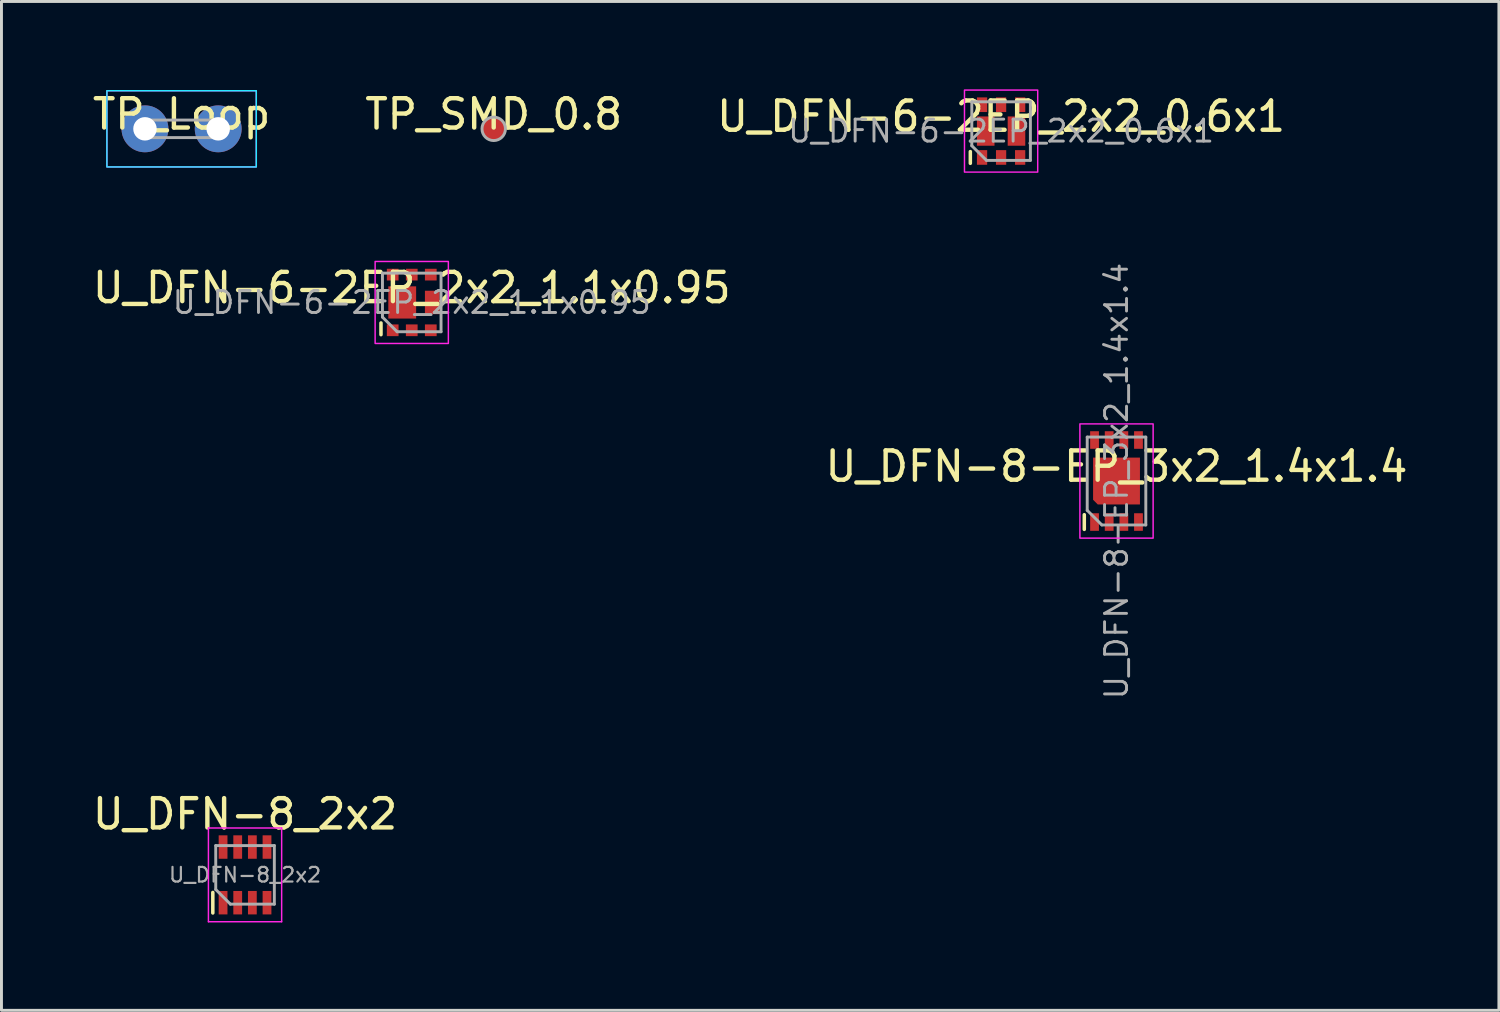
<source format=kicad_pcb>
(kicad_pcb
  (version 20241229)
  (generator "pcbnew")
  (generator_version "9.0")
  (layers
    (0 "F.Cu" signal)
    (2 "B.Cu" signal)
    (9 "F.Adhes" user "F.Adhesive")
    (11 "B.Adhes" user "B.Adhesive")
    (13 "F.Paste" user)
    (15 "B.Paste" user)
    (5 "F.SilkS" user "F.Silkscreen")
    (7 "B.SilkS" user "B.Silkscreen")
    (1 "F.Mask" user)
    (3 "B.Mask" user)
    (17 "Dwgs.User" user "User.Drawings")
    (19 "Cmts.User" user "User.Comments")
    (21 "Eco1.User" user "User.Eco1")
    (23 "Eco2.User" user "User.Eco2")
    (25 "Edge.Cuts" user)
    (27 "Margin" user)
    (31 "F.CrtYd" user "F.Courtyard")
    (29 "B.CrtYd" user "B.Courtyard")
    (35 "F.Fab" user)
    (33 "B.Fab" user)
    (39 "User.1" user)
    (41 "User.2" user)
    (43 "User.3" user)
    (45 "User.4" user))
  (footprint "U_DFN-8-EP_3x2_1.4x1.4"
    (layer "F.Cu")
    (at 35.065 13.371)
    (property "Reference" "U_DFN-8-EP_3x2_1.4x1.4" (at 0 -0.5 0) (unlocked yes) (layer "F.SilkS") (effects (font (size 1 1) (thickness 0.15))))
    (attr smd)
    (fp_line (start -1.1 1.65) (end -1.1 1.15) (stroke (width 0.12) (type default)) (layer "F.SilkS"))
    (fp_rect (start -1.25 1.95) (end 1.25 -1.95) (stroke (width 0.05) (type default)) (fill no) (layer "F.CrtYd"))
    (fp_line (start -1 -1.5) (end 1 -1.5) (stroke (width 0.1) (type default)) (layer "F.Fab"))
    (fp_line (start -1 1) (end -1 -1.5) (stroke (width 0.1) (type default)) (layer "F.Fab"))
    (fp_line (start -0.5 1.5) (end -1 1) (stroke (width 0.1) (type default)) (layer "F.Fab"))
    (fp_line (start 1 -1.5) (end 1 1.5) (stroke (width 0.1) (type default)) (layer "F.Fab"))
    (fp_line (start 1 1.5) (end -0.5 1.5) (stroke (width 0.1) (type default)) (layer "F.Fab"))
    (fp_text user "${REFERENCE}" (at 0 0 90) (unlocked yes) (layer "F.Fab") (effects (font (size 0.75 0.75) (thickness 0.1))))
    (pad "1" smd rect (at -0.75 1.4 90) (size 0.6 0.3) (layers "F.Cu" "F.Mask" "F.Paste"))
    (pad "2" smd rect (at -0.25 1.4 90) (size 0.6 0.3) (layers "F.Cu" "F.Mask" "F.Paste"))
    (pad "3" smd rect (at 0.25 1.4 90) (size 0.6 0.3) (layers "F.Cu" "F.Mask" "F.Paste"))
    (pad "4" smd rect (at 0.75 1.4 90) (size 0.6 0.3) (layers "F.Cu" "F.Mask" "F.Paste"))
    (pad "5" smd rect (at 0.75 -1.4 90) (size 0.6 0.3) (layers "F.Cu" "F.Mask" "F.Paste"))
    (pad "6" smd rect (at 0.25 -1.4 90) (size 0.6 0.3) (layers "F.Cu" "F.Mask" "F.Paste"))
    (pad "7" smd rect (at -0.25 -1.4 90) (size 0.6 0.3) (layers "F.Cu" "F.Mask" "F.Paste"))
    (pad "8" smd rect (at -0.75 -1.4 90) (size 0.6 0.3) (layers "F.Cu" "F.Mask" "F.Paste"))
    (pad "9" smd roundrect (at -0.4 -0.4 90) (size 0.65 0.65) (layers "F.Cu" "F.Paste") (roundrect_rratio 0.25))
    (pad "9" smd roundrect (at -0.4 0.4 90) (size 0.65 0.65) (layers "F.Cu" "F.Paste") (roundrect_rratio 0.25))
    (pad "9" smd roundrect (at 0 0 90) (size 1.6 1.6) (layers "F.Cu" "F.Mask") (roundrect_rratio 0) (chamfer_ratio 0.1) (chamfer top_left))
    (pad "9" smd roundrect (at 0.4 -0.4 90) (size 0.65 0.65) (layers "F.Cu" "F.Paste") (roundrect_rratio 0.25))
    (pad "9" smd roundrect (at 0.4 0.4 90) (size 0.65 0.65) (layers "F.Cu" "F.Paste") (roundrect_rratio 0.25)))
  (footprint "U_DFN-6-2EP_2x2_0.6x1"
    (layer "F.Cu")
    (at 31.125 1.425)
    (property "Reference" "U_DFN-6-2EP_2x2_0.6x1" (at 0 -0.5 0) (unlocked yes) (layer "F.SilkS") (effects (font (size 1 1) (thickness 0.15))))
    (attr smd)
    (fp_line (start -1.05 1.1) (end -1.05 0.7) (stroke (width 0.12) (type default)) (layer "F.SilkS"))
    (fp_rect (start -1.25 1.4) (end 1.25 -1.4) (stroke (width 0.05) (type default)) (fill no) (layer "F.CrtYd"))
    (fp_line (start -1 -1) (end 1 -1) (stroke (width 0.1) (type default)) (layer "F.Fab"))
    (fp_line (start -1 0.5) (end -1 -1) (stroke (width 0.1) (type default)) (layer "F.Fab"))
    (fp_line (start -0.5 1) (end -1 0.5) (stroke (width 0.1) (type default)) (layer "F.Fab"))
    (fp_line (start 1 -1) (end 1 1) (stroke (width 0.1) (type default)) (layer "F.Fab"))
    (fp_line (start 1 1) (end -0.5 1) (stroke (width 0.1) (type default)) (layer "F.Fab"))
    (fp_text user "${REFERENCE}" (at 0 0 0) (layer "F.Fab") (effects (font (size 0.75 0.75) (thickness 0.1))))
    (pad "" smd roundrect (at -0.525 -0.25) (size 0.5 0.4) (layers "F.Cu" "F.Paste") (roundrect_rratio 0.25))
    (pad "" smd roundrect (at -0.525 0.25) (size 0.5 0.4) (layers "F.Cu" "F.Paste") (roundrect_rratio 0.25))
    (pad "" smd roundrect (at 0.525 -0.25) (size 0.5 0.4) (layers "F.Cu" "F.Paste") (roundrect_rratio 0.25))
    (pad "" smd roundrect (at 0.525 0.25) (size 0.5 0.4) (layers "F.Cu" "F.Paste") (roundrect_rratio 0.25))
    (pad "1" smd rect (at -0.65 0.9) (size 0.35 0.5) (layers "F.Cu" "F.Mask" "F.Paste"))
    (pad "2" smd rect (at 0 0.9) (size 0.35 0.5) (layers "F.Cu" "F.Mask" "F.Paste"))
    (pad "3" smd rect (at 0.525 0) (size 0.6 1) (layers "F.Cu" "F.Mask"))
    (pad "3" smd rect (at 0.65 0.9) (size 0.35 0.5) (layers "F.Cu" "F.Mask" "F.Paste"))
    (pad "4" smd rect (at 0.65 -0.9) (size 0.35 0.5) (layers "F.Cu" "F.Mask" "F.Paste"))
    (pad "5" smd rect (at 0 -0.9) (size 0.35 0.5) (layers "F.Cu" "F.Mask" "F.Paste"))
    (pad "6" smd rect (at -0.65 -0.9) (size 0.35 0.5) (layers "F.Cu" "F.Mask" "F.Paste"))
    (pad "6" smd rect (at -0.525 0) (size 0.6 1) (layers "F.Cu" "F.Mask")))
  (footprint "U_DFN-8_2x2"
    (layer "F.Cu")
    (at 5.315 26.816)
    (property "Reference" "U_DFN-8_2x2" (at 0 -2.075 0) (layer "F.SilkS") (effects (font (size 1 1) (thickness 0.15))))
    (attr smd)
    (fp_line (start -1.1 1.3) (end -1.1 0.6) (stroke (width 0.12) (type solid)) (layer "F.SilkS"))
    (fp_line (start -1.25 1.6) (end -1.25 -1.6) (stroke (width 0.05) (type solid)) (layer "F.CrtYd"))
    (fp_line (start 1.25 -1.6) (end -1.25 -1.6) (stroke (width 0.05) (type default)) (layer "F.CrtYd"))
    (fp_line (start 1.25 1.6) (end -1.25 1.6) (stroke (width 0.05) (type default)) (layer "F.CrtYd"))
    (fp_line (start 1.25 1.6) (end 1.25 -1.6) (stroke (width 0.05) (type solid)) (layer "F.CrtYd"))
    (fp_line (start -1 -1) (end 1 -1) (stroke (width 0.1) (type solid)) (layer "F.Fab"))
    (fp_line (start -1 0.5) (end -1 -1) (stroke (width 0.1) (type solid)) (layer "F.Fab"))
    (fp_line (start -0.5 1) (end -1 0.5) (stroke (width 0.1) (type solid)) (layer "F.Fab"))
    (fp_line (start 1 -1) (end 1 1) (stroke (width 0.1) (type solid)) (layer "F.Fab"))
    (fp_line (start 1 1) (end -0.5 1) (stroke (width 0.1) (type solid)) (layer "F.Fab"))
    (fp_text user "${REFERENCE}" (at 0 0 180) (layer "F.Fab") (effects (font (size 0.5 0.5) (thickness 0.075))))
    (pad "1" smd rect (at -0.75 0.95 90) (size 0.8 0.3) (layers "F.Cu" "F.Mask" "F.Paste"))
    (pad "2" smd rect (at -0.25 0.95 90) (size 0.8 0.3) (layers "F.Cu" "F.Mask" "F.Paste"))
    (pad "3" smd rect (at 0.25 0.95 90) (size 0.8 0.3) (layers "F.Cu" "F.Mask" "F.Paste"))
    (pad "4" smd rect (at 0.75 0.95 90) (size 0.8 0.3) (layers "F.Cu" "F.Mask" "F.Paste"))
    (pad "5" smd rect (at 0.75 -0.95 90) (size 0.8 0.3) (layers "F.Cu" "F.Mask" "F.Paste"))
    (pad "6" smd rect (at 0.25 -0.95 90) (size 0.8 0.3) (layers "F.Cu" "F.Mask" "F.Paste"))
    (pad "7" smd rect (at -0.25 -0.95 90) (size 0.8 0.3) (layers "F.Cu" "F.Mask" "F.Paste"))
    (pad "8" smd rect (at -0.75 -0.95 90) (size 0.8 0.3) (layers "F.Cu" "F.Mask" "F.Paste")))
  (footprint "TP_SMD_0.8"
    (layer "F.Cu")
    (at 13.804 1.348)
    (property "Reference" "TP_SMD_0.8" (at 0 -0.5 0) (unlocked yes) (layer "F.SilkS") (effects (font (size 1 1) (thickness 0.15))))
    (attr smd exclude_from_pos_files exclude_from_bom allow_missing_courtyard)
    (fp_circle (center 0 0) (end 0 -0.4) (stroke (width 0.1) (type default)) (fill no) (layer "F.Fab"))
    (pad "1" smd circle (at 0 0) (size 0.8 0.8) (layers "F.Cu" "F.Mask")))
  (footprint "U_DFN-6-2EP_2x2_1.1x0.95"
    (layer "F.Cu")
    (at 11.006 7.275)
    (property "Reference" "U_DFN-6-2EP_2x2_1.1x0.95" (at 0 -0.5 0) (unlocked yes) (layer "F.SilkS") (effects (font (size 1 1) (thickness 0.15))))
    (attr smd)
    (fp_line (start -1.05 1.1) (end -1.05 0.7) (stroke (width 0.12) (type default)) (layer "F.SilkS"))
    (fp_rect (start -1.25 1.4) (end 1.25 -1.4) (stroke (width 0.05) (type default)) (fill no) (layer "F.CrtYd"))
    (fp_line (start -1 -1) (end 1 -1) (stroke (width 0.1) (type default)) (layer "F.Fab"))
    (fp_line (start -1 0.5) (end -1 -1) (stroke (width 0.1) (type default)) (layer "F.Fab"))
    (fp_line (start -0.5 1) (end -1 0.5) (stroke (width 0.1) (type default)) (layer "F.Fab"))
    (fp_line (start 1 -1) (end 1 1) (stroke (width 0.1) (type default)) (layer "F.Fab"))
    (fp_line (start 1 1) (end -0.5 1) (stroke (width 0.1) (type default)) (layer "F.Fab"))
    (fp_text user "${REFERENCE}" (at 0 0 0) (layer "F.Fab") (effects (font (size 0.75 0.75) (thickness 0.1))))
    (pad "1" smd rect (at -0.65 -0.95) (size 0.4 0.4) (layers "F.Cu" "F.Mask" "F.Paste"))
    (pad "1" smd rect (at -0.65 0.95) (size 0.4 0.4) (layers "F.Cu" "F.Mask" "F.Paste"))
    (pad "1" smd roundrect (at -0.55 -0.263) (size 0.4 0.475) (layers "F.Cu" "F.Paste") (roundrect_rratio 0.25))
    (pad "1" smd roundrect (at -0.55 0.263) (size 0.4 0.475) (layers "F.Cu" "F.Paste") (roundrect_rratio 0.25))
    (pad "1" smd rect (at -0.325 0) (size 0.95 1.1) (layers "F.Cu" "F.Mask"))
    (pad "1" smd roundrect (at -0.1 -0.263 180) (size 0.4 0.475) (layers "F.Cu" "F.Paste") (roundrect_rratio 0.25))
    (pad "1" smd roundrect (at -0.1 0.263 180) (size 0.4 0.475) (layers "F.Cu" "F.Paste") (roundrect_rratio 0.25))
    (pad "1" smd rect (at 0 -0.95) (size 0.4 0.4) (layers "F.Cu" "F.Mask" "F.Paste"))
    (pad "1" smd rect (at 0 0.95) (size 0.4 0.4) (layers "F.Cu" "F.Mask" "F.Paste"))
    (pad "2" smd rect (at 0.65 0.95) (size 0.4 0.4) (layers "F.Cu" "F.Mask" "F.Paste"))
    (pad "3" smd rect (at 0.65 -0.95) (size 0.4 0.4) (layers "F.Cu" "F.Mask" "F.Paste"))
    (pad "3" smd roundrect (at 0.7 -0.188 270) (size 0.325 0.4) (layers "F.Cu" "F.Paste") (roundrect_rratio 0.25))
    (pad "3" smd rect (at 0.7 0) (size 0.5 0.8) (layers "F.Cu" "F.Mask"))
    (pad "3" smd roundrect (at 0.7 0.188 270) (size 0.325 0.4) (layers "F.Cu" "F.Paste") (roundrect_rratio 0.25)))
  (footprint "TP_Loop"
    (layer "F.Cu")
    (at 3.149 1.348)
    (property "Reference" "TP_Loop" (at 0 -0.5 0) (unlocked yes) (layer "F.SilkS") (effects (font (size 1 1) (thickness 0.15))))
    (attr through_hole)
    (fp_rect (start -2.55 1.3) (end 2.55 -1.3) (stroke (width 0.05) (type default)) (fill no) (layer "B.CrtYd"))
    (fp_rect (start -2.55 1.3) (end 2.55 -1.3) (stroke (width 0.05) (type default)) (fill no) (layer "F.CrtYd"))
    (fp_line (start -1.25 0.3) (end 1.25 0.3) (stroke (width 0.1) (type default)) (layer "F.Fab"))
    (fp_line (start 1.25 -0.3) (end -1.25 -0.3) (stroke (width 0.1) (type default)) (layer "F.Fab"))
    (fp_arc (start -1.25 0.3) (mid -1.55 0) (end -1.25 -0.3) (stroke (width 0.1) (type default)) (layer "F.Fab"))
    (fp_arc (start 1.25 -0.3) (mid 1.55 0) (end 1.25 0.3) (stroke (width 0.1) (type default)) (layer "F.Fab"))
    (pad "1" thru_hole circle (at -1.25 0) (size 1.6 1.6) (drill 0.8) (layers "*.Cu" "*.Mask"))
    (pad "1" thru_hole circle (at 1.25 0) (size 1.6 1.6) (drill 0.8) (layers "*.Cu" "*.Mask")))
  (gr_rect
    (start -3 -3)
    (end 48.119 31.441)
    (stroke (width 0.1) (type default))
    (fill no)
    (layer "Edge.Cuts")))
</source>
